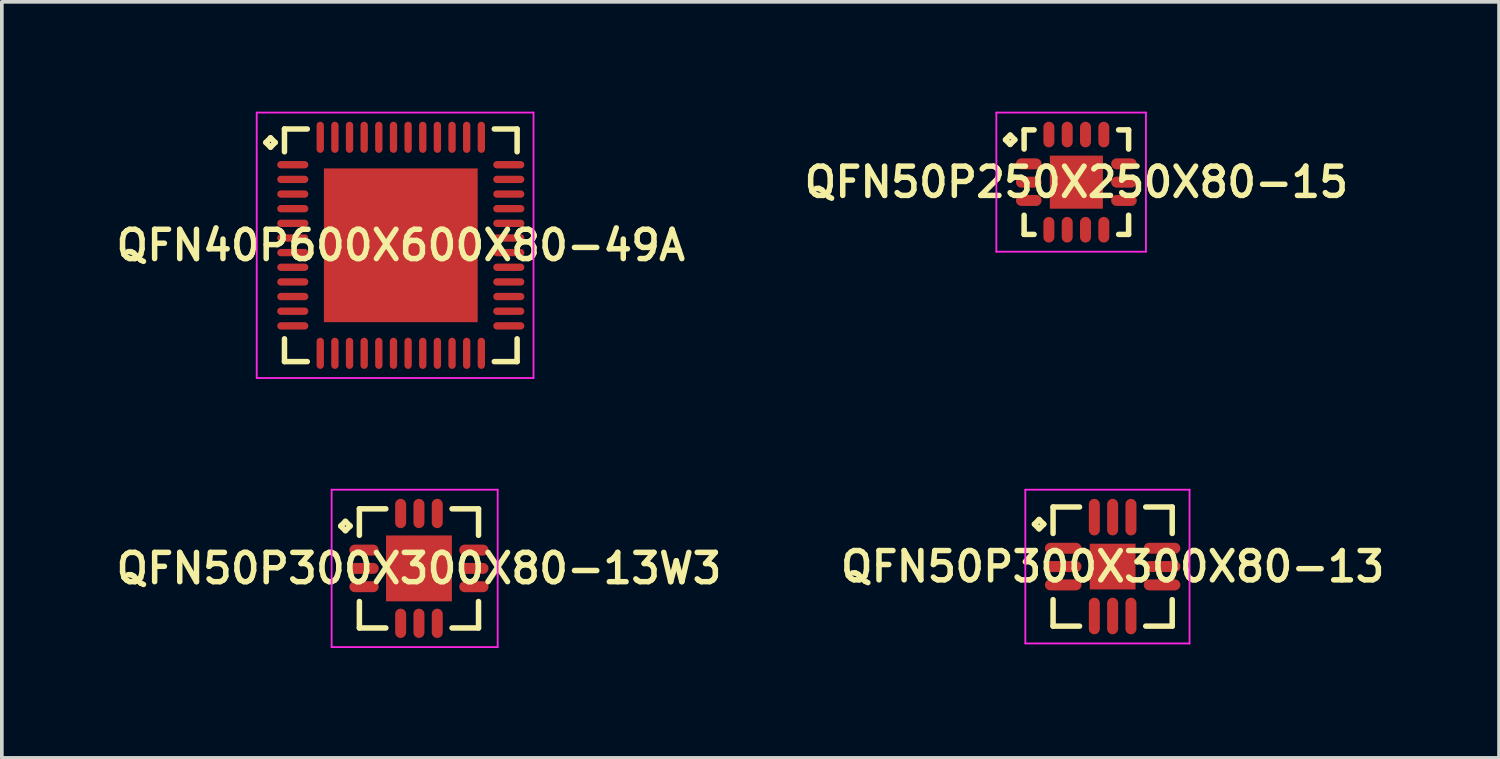
<source format=kicad_pcb>
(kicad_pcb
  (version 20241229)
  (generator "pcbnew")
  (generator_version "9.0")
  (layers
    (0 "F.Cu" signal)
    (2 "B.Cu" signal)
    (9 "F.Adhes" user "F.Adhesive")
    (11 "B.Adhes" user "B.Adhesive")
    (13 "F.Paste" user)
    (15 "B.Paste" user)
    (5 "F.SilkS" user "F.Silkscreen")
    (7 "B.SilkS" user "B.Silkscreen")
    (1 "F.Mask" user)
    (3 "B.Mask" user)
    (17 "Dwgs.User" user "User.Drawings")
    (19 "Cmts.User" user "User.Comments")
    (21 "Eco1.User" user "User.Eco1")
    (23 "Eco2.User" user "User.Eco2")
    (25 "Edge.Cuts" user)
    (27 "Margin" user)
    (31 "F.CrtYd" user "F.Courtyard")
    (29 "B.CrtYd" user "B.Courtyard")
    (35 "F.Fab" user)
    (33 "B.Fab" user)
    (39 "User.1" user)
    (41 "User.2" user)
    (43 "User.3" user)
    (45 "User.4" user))
  (footprint "QFN50P300X300X80-13W3"
    (layer "F.Cu")
    (at 8.393 12.475)
    (property "Reference" "QFN50P300X300X80-13W3" (at 0 0 0) (layer "F.SilkS") (effects (font (size 0.8 0.8) (thickness 0.15))))
    (attr smd)
    (fp_line (start -2.135 -1.158) (end -2.008 -1.285) (stroke (width 0.15) (type solid)) (layer "F.SilkS"))
    (fp_line (start -2.008 -1.285) (end -1.881 -1.158) (stroke (width 0.15) (type solid)) (layer "F.SilkS"))
    (fp_line (start -2.008 -1.031) (end -2.135 -1.158) (stroke (width 0.15) (type solid)) (layer "F.SilkS"))
    (fp_line (start -1.881 -1.158) (end -2.008 -1.031) (stroke (width 0.15) (type solid)) (layer "F.SilkS"))
    (fp_line (start -1.627 -1.627) (end -0.904 -1.627) (stroke (width 0.15) (type solid)) (layer "F.SilkS"))
    (fp_line (start -1.627 -0.904) (end -1.627 -1.627) (stroke (width 0.15) (type solid)) (layer "F.SilkS"))
    (fp_line (start -1.627 0.904) (end -1.627 1.627) (stroke (width 0.15) (type solid)) (layer "F.SilkS"))
    (fp_line (start -1.627 1.627) (end -0.904 1.627) (stroke (width 0.15) (type solid)) (layer "F.SilkS"))
    (fp_line (start 0.904 -1.627) (end 1.627 -1.627) (stroke (width 0.15) (type solid)) (layer "F.SilkS"))
    (fp_line (start 0.904 1.627) (end 1.627 1.627) (stroke (width 0.15) (type solid)) (layer "F.SilkS"))
    (fp_line (start 1.627 -1.627) (end 1.627 -0.904) (stroke (width 0.15) (type solid)) (layer "F.SilkS"))
    (fp_line (start 1.627 1.627) (end 1.627 0.904) (stroke (width 0.15) (type solid)) (layer "F.SilkS"))
    (fp_line (start -2.385 -2.15) (end 2.15 -2.15) (stroke (width 0.05) (type solid)) (layer "F.CrtYd"))
    (fp_line (start -2.385 2.15) (end -2.385 -2.15) (stroke (width 0.05) (type solid)) (layer "F.CrtYd"))
    (fp_line (start 2.15 -2.15) (end 2.15 2.15) (stroke (width 0.05) (type solid)) (layer "F.CrtYd"))
    (fp_line (start 2.15 2.15) (end -2.385 2.15) (stroke (width 0.05) (type solid)) (layer "F.CrtYd"))
    (pad "1" smd oval (at -1.5 -0.5) (size 0.8 0.3) (layers "F.Cu" "F.Mask" "F.Paste"))
    (pad "2" smd oval (at -1.5 0) (size 0.8 0.3) (layers "F.Cu" "F.Mask" "F.Paste"))
    (pad "3" smd oval (at -1.5 0.5) (size 0.8 0.3) (layers "F.Cu" "F.Mask" "F.Paste"))
    (pad "4" smd oval (at -0.5 1.5) (size 0.3 0.8) (layers "F.Cu" "F.Mask" "F.Paste"))
    (pad "5" smd oval (at 0 1.5) (size 0.3 0.8) (layers "F.Cu" "F.Mask" "F.Paste"))
    (pad "6" smd oval (at 0.5 1.5) (size 0.3 0.8) (layers "F.Cu" "F.Mask" "F.Paste"))
    (pad "7" smd oval (at 1.5 0.5) (size 0.8 0.3) (layers "F.Cu" "F.Mask" "F.Paste"))
    (pad "8" smd oval (at 1.5 0) (size 0.8 0.3) (layers "F.Cu" "F.Mask" "F.Paste"))
    (pad "9" smd oval (at 1.5 -0.5) (size 0.8 0.3) (layers "F.Cu" "F.Mask" "F.Paste"))
    (pad "10" smd oval (at 0.5 -1.5) (size 0.3 0.8) (layers "F.Cu" "F.Mask" "F.Paste"))
    (pad "11" smd oval (at 0 -1.5) (size 0.3 0.8) (layers "F.Cu" "F.Mask" "F.Paste"))
    (pad "12" smd oval (at -0.5 -1.5) (size 0.3 0.8) (layers "F.Cu" "F.Mask" "F.Paste"))
    (pad "13" smd rect (at 0 0) (size 1.8 1.8) (layers "F.Cu" "F.Mask" "F.Paste")))
  (footprint "QFN40P600X600X80-49A"
    (layer "F.Cu")
    (at 7.897 3.65)
    (property "Reference" "QFN40P600X600X80-49A" (at 0 0 0) (layer "F.SilkS") (effects (font (size 0.8 0.8) (thickness 0.15))))
    (attr smd)
    (fp_line (start -3.685 -2.808) (end -3.558 -2.935) (stroke (width 0.15) (type solid)) (layer "F.SilkS"))
    (fp_line (start -3.558 -2.935) (end -3.431 -2.808) (stroke (width 0.15) (type solid)) (layer "F.SilkS"))
    (fp_line (start -3.558 -2.681) (end -3.685 -2.808) (stroke (width 0.15) (type solid)) (layer "F.SilkS"))
    (fp_line (start -3.431 -2.808) (end -3.558 -2.681) (stroke (width 0.15) (type solid)) (layer "F.SilkS"))
    (fp_line (start -3.177 -3.177) (end -2.554 -3.177) (stroke (width 0.15) (type solid)) (layer "F.SilkS"))
    (fp_line (start -3.177 -2.554) (end -3.177 -3.177) (stroke (width 0.15) (type solid)) (layer "F.SilkS"))
    (fp_line (start -3.177 2.554) (end -3.177 3.177) (stroke (width 0.15) (type solid)) (layer "F.SilkS"))
    (fp_line (start -3.177 3.177) (end -2.554 3.177) (stroke (width 0.15) (type solid)) (layer "F.SilkS"))
    (fp_line (start 2.554 -3.177) (end 3.177 -3.177) (stroke (width 0.15) (type solid)) (layer "F.SilkS"))
    (fp_line (start 2.554 3.177) (end 3.177 3.177) (stroke (width 0.15) (type solid)) (layer "F.SilkS"))
    (fp_line (start 3.177 -3.177) (end 3.177 -2.554) (stroke (width 0.15) (type solid)) (layer "F.SilkS"))
    (fp_line (start 3.177 3.177) (end 3.177 2.554) (stroke (width 0.15) (type solid)) (layer "F.SilkS"))
    (fp_line (start -3.935 -3.625) (end 3.625 -3.625) (stroke (width 0.05) (type solid)) (layer "F.CrtYd"))
    (fp_line (start -3.935 3.625) (end -3.935 -3.625) (stroke (width 0.05) (type solid)) (layer "F.CrtYd"))
    (fp_line (start 3.625 -3.625) (end 3.625 3.625) (stroke (width 0.05) (type solid)) (layer "F.CrtYd"))
    (fp_line (start 3.625 3.625) (end -3.935 3.625) (stroke (width 0.05) (type solid)) (layer "F.CrtYd"))
    (pad "1" smd oval (at -2.95 -2.2) (size 0.85 0.2) (layers "F.Cu" "F.Mask" "F.Paste"))
    (pad "2" smd oval (at -2.95 -1.8) (size 0.85 0.2) (layers "F.Cu" "F.Mask" "F.Paste"))
    (pad "3" smd oval (at -2.95 -1.4) (size 0.85 0.2) (layers "F.Cu" "F.Mask" "F.Paste"))
    (pad "4" smd oval (at -2.95 -1) (size 0.85 0.2) (layers "F.Cu" "F.Mask" "F.Paste"))
    (pad "5" smd oval (at -2.95 -0.6) (size 0.85 0.2) (layers "F.Cu" "F.Mask" "F.Paste"))
    (pad "6" smd oval (at -2.95 -0.2) (size 0.85 0.2) (layers "F.Cu" "F.Mask" "F.Paste"))
    (pad "7" smd oval (at -2.95 0.2) (size 0.85 0.2) (layers "F.Cu" "F.Mask" "F.Paste"))
    (pad "8" smd oval (at -2.95 0.6) (size 0.85 0.2) (layers "F.Cu" "F.Mask" "F.Paste"))
    (pad "9" smd oval (at -2.95 1) (size 0.85 0.2) (layers "F.Cu" "F.Mask" "F.Paste"))
    (pad "10" smd oval (at -2.95 1.4) (size 0.85 0.2) (layers "F.Cu" "F.Mask" "F.Paste"))
    (pad "11" smd oval (at -2.95 1.8) (size 0.85 0.2) (layers "F.Cu" "F.Mask" "F.Paste"))
    (pad "12" smd oval (at -2.95 2.2) (size 0.85 0.2) (layers "F.Cu" "F.Mask" "F.Paste"))
    (pad "13" smd oval (at -2.2 2.95) (size 0.2 0.85) (layers "F.Cu" "F.Mask" "F.Paste"))
    (pad "14" smd oval (at -1.8 2.95) (size 0.2 0.85) (layers "F.Cu" "F.Mask" "F.Paste"))
    (pad "15" smd oval (at -1.4 2.95) (size 0.2 0.85) (layers "F.Cu" "F.Mask" "F.Paste"))
    (pad "16" smd oval (at -1 2.95) (size 0.2 0.85) (layers "F.Cu" "F.Mask" "F.Paste"))
    (pad "17" smd oval (at -0.6 2.95) (size 0.2 0.85) (layers "F.Cu" "F.Mask" "F.Paste"))
    (pad "18" smd oval (at -0.2 2.95) (size 0.2 0.85) (layers "F.Cu" "F.Mask" "F.Paste"))
    (pad "19" smd oval (at 0.2 2.95) (size 0.2 0.85) (layers "F.Cu" "F.Mask" "F.Paste"))
    (pad "20" smd oval (at 0.6 2.95) (size 0.2 0.85) (layers "F.Cu" "F.Mask" "F.Paste"))
    (pad "21" smd oval (at 1 2.95) (size 0.2 0.85) (layers "F.Cu" "F.Mask" "F.Paste"))
    (pad "22" smd oval (at 1.4 2.95) (size 0.2 0.85) (layers "F.Cu" "F.Mask" "F.Paste"))
    (pad "23" smd oval (at 1.8 2.95) (size 0.2 0.85) (layers "F.Cu" "F.Mask" "F.Paste"))
    (pad "24" smd oval (at 2.2 2.95) (size 0.2 0.85) (layers "F.Cu" "F.Mask" "F.Paste"))
    (pad "25" smd oval (at 2.95 2.2) (size 0.85 0.2) (layers "F.Cu" "F.Mask" "F.Paste"))
    (pad "26" smd oval (at 2.95 1.8) (size 0.85 0.2) (layers "F.Cu" "F.Mask" "F.Paste"))
    (pad "27" smd oval (at 2.95 1.4) (size 0.85 0.2) (layers "F.Cu" "F.Mask" "F.Paste"))
    (pad "28" smd oval (at 2.95 1) (size 0.85 0.2) (layers "F.Cu" "F.Mask" "F.Paste"))
    (pad "29" smd oval (at 2.95 0.6) (size 0.85 0.2) (layers "F.Cu" "F.Mask" "F.Paste"))
    (pad "30" smd oval (at 2.95 0.2) (size 0.85 0.2) (layers "F.Cu" "F.Mask" "F.Paste"))
    (pad "31" smd oval (at 2.95 -0.2) (size 0.85 0.2) (layers "F.Cu" "F.Mask" "F.Paste"))
    (pad "32" smd oval (at 2.95 -0.6) (size 0.85 0.2) (layers "F.Cu" "F.Mask" "F.Paste"))
    (pad "33" smd oval (at 2.95 -1) (size 0.85 0.2) (layers "F.Cu" "F.Mask" "F.Paste"))
    (pad "34" smd oval (at 2.95 -1.4) (size 0.85 0.2) (layers "F.Cu" "F.Mask" "F.Paste"))
    (pad "35" smd oval (at 2.95 -1.8) (size 0.85 0.2) (layers "F.Cu" "F.Mask" "F.Paste"))
    (pad "36" smd oval (at 2.95 -2.2) (size 0.85 0.2) (layers "F.Cu" "F.Mask" "F.Paste"))
    (pad "37" smd oval (at 2.2 -2.95) (size 0.2 0.85) (layers "F.Cu" "F.Mask" "F.Paste"))
    (pad "38" smd oval (at 1.8 -2.95) (size 0.2 0.85) (layers "F.Cu" "F.Mask" "F.Paste"))
    (pad "39" smd oval (at 1.4 -2.95) (size 0.2 0.85) (layers "F.Cu" "F.Mask" "F.Paste"))
    (pad "40" smd oval (at 1 -2.95) (size 0.2 0.85) (layers "F.Cu" "F.Mask" "F.Paste"))
    (pad "41" smd oval (at 0.6 -2.95) (size 0.2 0.85) (layers "F.Cu" "F.Mask" "F.Paste"))
    (pad "42" smd oval (at 0.2 -2.95) (size 0.2 0.85) (layers "F.Cu" "F.Mask" "F.Paste"))
    (pad "43" smd oval (at -0.2 -2.95) (size 0.2 0.85) (layers "F.Cu" "F.Mask" "F.Paste"))
    (pad "44" smd oval (at -0.6 -2.95) (size 0.2 0.85) (layers "F.Cu" "F.Mask" "F.Paste"))
    (pad "45" smd oval (at -1 -2.95) (size 0.2 0.85) (layers "F.Cu" "F.Mask" "F.Paste"))
    (pad "46" smd oval (at -1.4 -2.95) (size 0.2 0.85) (layers "F.Cu" "F.Mask" "F.Paste"))
    (pad "47" smd oval (at -1.8 -2.95) (size 0.2 0.85) (layers "F.Cu" "F.Mask" "F.Paste"))
    (pad "48" smd oval (at -2.2 -2.95) (size 0.2 0.85) (layers "F.Cu" "F.Mask" "F.Paste"))
    (pad "49" smd rect (at 0 0) (size 4.2 4.2) (layers "F.Cu" "F.Mask" "F.Paste")))
  (footprint "QFN50P300X300X80-13"
    (layer "F.Cu")
    (at 27.34 12.425)
    (property "Reference" "QFN50P300X300X80-13" (at 0 0 0) (layer "F.SilkS") (effects (font (size 0.8 0.8) (thickness 0.15))))
    (attr smd)
    (fp_line (start -2.135 -1.158) (end -2.008 -1.285) (stroke (width 0.15) (type solid)) (layer "F.SilkS"))
    (fp_line (start -2.008 -1.285) (end -1.881 -1.158) (stroke (width 0.15) (type solid)) (layer "F.SilkS"))
    (fp_line (start -2.008 -1.031) (end -2.135 -1.158) (stroke (width 0.15) (type solid)) (layer "F.SilkS"))
    (fp_line (start -1.881 -1.158) (end -2.008 -1.031) (stroke (width 0.15) (type solid)) (layer "F.SilkS"))
    (fp_line (start -1.627 -1.627) (end -0.904 -1.627) (stroke (width 0.15) (type solid)) (layer "F.SilkS"))
    (fp_line (start -1.627 -0.904) (end -1.627 -1.627) (stroke (width 0.15) (type solid)) (layer "F.SilkS"))
    (fp_line (start -1.627 0.904) (end -1.627 1.627) (stroke (width 0.15) (type solid)) (layer "F.SilkS"))
    (fp_line (start -1.627 1.627) (end -0.904 1.627) (stroke (width 0.15) (type solid)) (layer "F.SilkS"))
    (fp_line (start 0.904 -1.627) (end 1.627 -1.627) (stroke (width 0.15) (type solid)) (layer "F.SilkS"))
    (fp_line (start 0.904 1.627) (end 1.627 1.627) (stroke (width 0.15) (type solid)) (layer "F.SilkS"))
    (fp_line (start 1.627 -1.627) (end 1.627 -0.904) (stroke (width 0.15) (type solid)) (layer "F.SilkS"))
    (fp_line (start 1.627 1.627) (end 1.627 0.904) (stroke (width 0.15) (type solid)) (layer "F.SilkS"))
    (fp_line (start -2.385 -2.1) (end 2.1 -2.1) (stroke (width 0.05) (type solid)) (layer "F.CrtYd"))
    (fp_line (start -2.385 2.1) (end -2.385 -2.1) (stroke (width 0.05) (type solid)) (layer "F.CrtYd"))
    (fp_line (start 2.1 -2.1) (end 2.1 2.1) (stroke (width 0.05) (type solid)) (layer "F.CrtYd"))
    (fp_line (start 2.1 2.1) (end -2.385 2.1) (stroke (width 0.05) (type solid)) (layer "F.CrtYd"))
    (pad "1" smd oval (at -1.35 -0.5) (size 1 0.3) (layers "F.Cu" "F.Mask" "F.Paste"))
    (pad "2" smd oval (at -1.35 0) (size 1 0.3) (layers "F.Cu" "F.Mask" "F.Paste"))
    (pad "3" smd oval (at -1.35 0.5) (size 1 0.3) (layers "F.Cu" "F.Mask" "F.Paste"))
    (pad "4" smd oval (at -0.5 1.35) (size 0.3 1) (layers "F.Cu" "F.Mask" "F.Paste"))
    (pad "5" smd oval (at 0 1.35) (size 0.3 1) (layers "F.Cu" "F.Mask" "F.Paste"))
    (pad "6" smd oval (at 0.5 1.35) (size 0.3 1) (layers "F.Cu" "F.Mask" "F.Paste"))
    (pad "7" smd oval (at 1.35 0.5) (size 1 0.3) (layers "F.Cu" "F.Mask" "F.Paste"))
    (pad "8" smd oval (at 1.35 0) (size 1 0.3) (layers "F.Cu" "F.Mask" "F.Paste"))
    (pad "9" smd oval (at 1.35 -0.5) (size 1 0.3) (layers "F.Cu" "F.Mask" "F.Paste"))
    (pad "10" smd oval (at 0.5 -1.35) (size 0.3 1) (layers "F.Cu" "F.Mask" "F.Paste"))
    (pad "11" smd oval (at 0 -1.35) (size 0.3 1) (layers "F.Cu" "F.Mask" "F.Paste"))
    (pad "12" smd oval (at -0.5 -1.35) (size 0.3 1) (layers "F.Cu" "F.Mask" "F.Paste"))
    (pad "13" smd rect (at 0 0) (size 1.25 1.25) (layers "F.Cu" "F.Mask" "F.Paste")))
  (footprint "QFN50P250X250X80-15"
    (layer "F.Cu")
    (at 26.349 1.925)
    (property "Reference" "QFN50P250X250X80-15" (at 0 0 0) (layer "F.SilkS") (effects (font (size 0.8 0.8) (thickness 0.15))))
    (attr smd)
    (fp_line (start -1.935 -1.158) (end -1.808 -1.285) (stroke (width 0.15) (type solid)) (layer "F.SilkS"))
    (fp_line (start -1.808 -1.285) (end -1.681 -1.158) (stroke (width 0.15) (type solid)) (layer "F.SilkS"))
    (fp_line (start -1.808 -1.031) (end -1.935 -1.158) (stroke (width 0.15) (type solid)) (layer "F.SilkS"))
    (fp_line (start -1.681 -1.158) (end -1.808 -1.031) (stroke (width 0.15) (type solid)) (layer "F.SilkS"))
    (fp_line (start -1.427 -1.427) (end -1.154 -1.427) (stroke (width 0.15) (type solid)) (layer "F.SilkS"))
    (fp_line (start -1.427 -0.904) (end -1.427 -1.427) (stroke (width 0.15) (type solid)) (layer "F.SilkS"))
    (fp_line (start -1.427 0.904) (end -1.427 1.427) (stroke (width 0.15) (type solid)) (layer "F.SilkS"))
    (fp_line (start -1.427 1.427) (end -1.154 1.427) (stroke (width 0.15) (type solid)) (layer "F.SilkS"))
    (fp_line (start 1.154 -1.427) (end 1.427 -1.427) (stroke (width 0.15) (type solid)) (layer "F.SilkS"))
    (fp_line (start 1.154 1.427) (end 1.427 1.427) (stroke (width 0.15) (type solid)) (layer "F.SilkS"))
    (fp_line (start 1.427 -1.427) (end 1.427 -0.904) (stroke (width 0.15) (type solid)) (layer "F.SilkS"))
    (fp_line (start 1.427 1.427) (end 1.427 0.904) (stroke (width 0.15) (type solid)) (layer "F.SilkS"))
    (fp_line (start -2.185 -1.9) (end 1.9 -1.9) (stroke (width 0.05) (type solid)) (layer "F.CrtYd"))
    (fp_line (start -2.185 1.9) (end -2.185 -1.9) (stroke (width 0.05) (type solid)) (layer "F.CrtYd"))
    (fp_line (start 1.9 -1.9) (end 1.9 1.9) (stroke (width 0.05) (type solid)) (layer "F.CrtYd"))
    (fp_line (start 1.9 1.9) (end -2.185 1.9) (stroke (width 0.05) (type solid)) (layer "F.CrtYd"))
    (pad "1" smd oval (at -1.3 -0.5) (size 0.7 0.3) (layers "F.Cu" "F.Mask" "F.Paste"))
    (pad "2" smd oval (at -1.3 0) (size 0.7 0.3) (layers "F.Cu" "F.Mask" "F.Paste"))
    (pad "3" smd oval (at -1.3 0.5) (size 0.7 0.3) (layers "F.Cu" "F.Mask" "F.Paste"))
    (pad "4" smd oval (at -0.75 1.3) (size 0.3 0.7) (layers "F.Cu" "F.Mask" "F.Paste"))
    (pad "5" smd oval (at -0.25 1.3) (size 0.3 0.7) (layers "F.Cu" "F.Mask" "F.Paste"))
    (pad "6" smd oval (at 0.25 1.3) (size 0.3 0.7) (layers "F.Cu" "F.Mask" "F.Paste"))
    (pad "7" smd oval (at 0.75 1.3) (size 0.3 0.7) (layers "F.Cu" "F.Mask" "F.Paste"))
    (pad "8" smd oval (at 1.3 0.5) (size 0.7 0.3) (layers "F.Cu" "F.Mask" "F.Paste"))
    (pad "9" smd oval (at 1.3 0) (size 0.7 0.3) (layers "F.Cu" "F.Mask" "F.Paste"))
    (pad "10" smd oval (at 1.3 -0.5) (size 0.7 0.3) (layers "F.Cu" "F.Mask" "F.Paste"))
    (pad "11" smd oval (at 0.75 -1.3) (size 0.3 0.7) (layers "F.Cu" "F.Mask" "F.Paste"))
    (pad "12" smd oval (at 0.25 -1.3) (size 0.3 0.7) (layers "F.Cu" "F.Mask" "F.Paste"))
    (pad "13" smd oval (at -0.25 -1.3) (size 0.3 0.7) (layers "F.Cu" "F.Mask" "F.Paste"))
    (pad "14" smd oval (at -0.75 -1.3) (size 0.3 0.7) (layers "F.Cu" "F.Mask" "F.Paste"))
    (pad "15" smd rect (at 0 0) (size 1.45 1.45) (layers "F.Cu" "F.Mask" "F.Paste")))
  (gr_rect
    (start -3 -3)
    (end 37.894 17.65)
    (stroke (width 0.1) (type default))
    (fill no)
    (layer "Edge.Cuts")))
</source>
